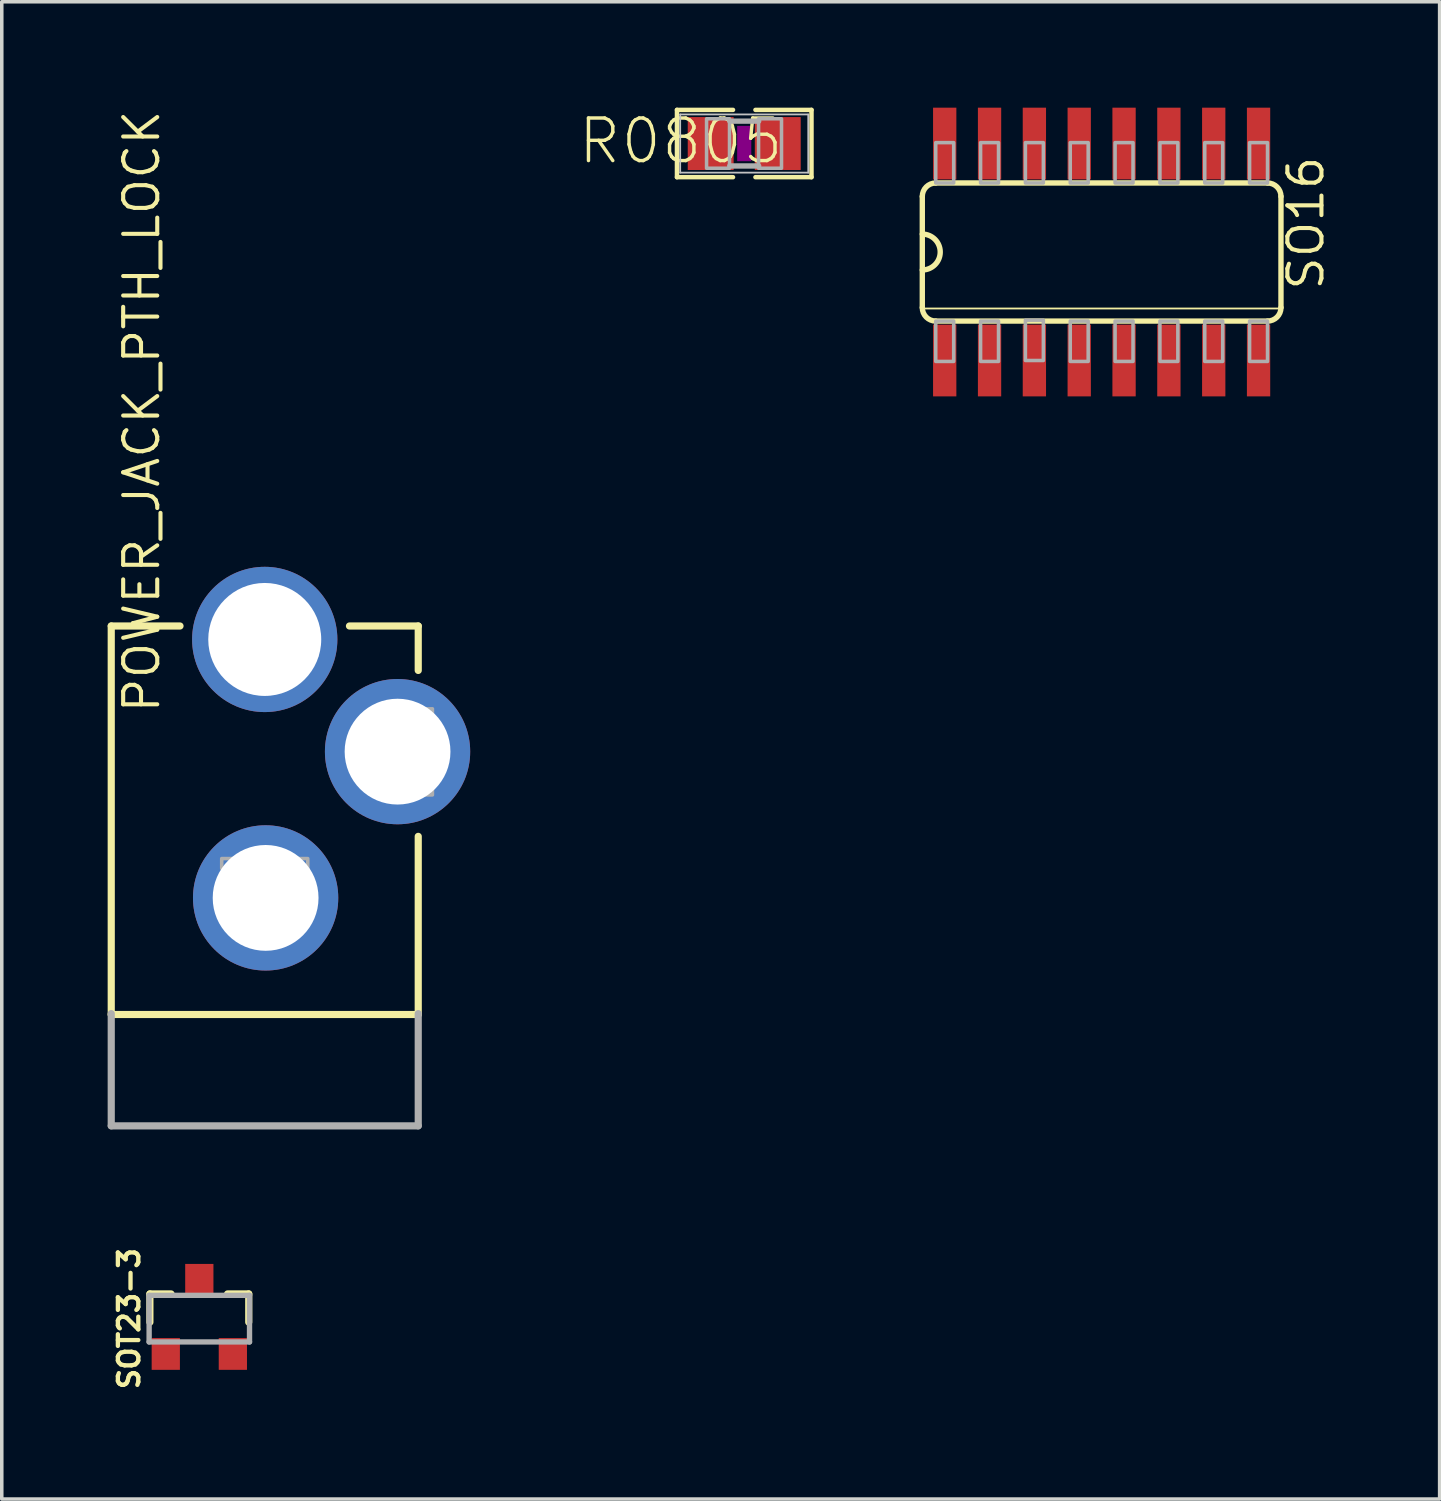
<source format=kicad_pcb>
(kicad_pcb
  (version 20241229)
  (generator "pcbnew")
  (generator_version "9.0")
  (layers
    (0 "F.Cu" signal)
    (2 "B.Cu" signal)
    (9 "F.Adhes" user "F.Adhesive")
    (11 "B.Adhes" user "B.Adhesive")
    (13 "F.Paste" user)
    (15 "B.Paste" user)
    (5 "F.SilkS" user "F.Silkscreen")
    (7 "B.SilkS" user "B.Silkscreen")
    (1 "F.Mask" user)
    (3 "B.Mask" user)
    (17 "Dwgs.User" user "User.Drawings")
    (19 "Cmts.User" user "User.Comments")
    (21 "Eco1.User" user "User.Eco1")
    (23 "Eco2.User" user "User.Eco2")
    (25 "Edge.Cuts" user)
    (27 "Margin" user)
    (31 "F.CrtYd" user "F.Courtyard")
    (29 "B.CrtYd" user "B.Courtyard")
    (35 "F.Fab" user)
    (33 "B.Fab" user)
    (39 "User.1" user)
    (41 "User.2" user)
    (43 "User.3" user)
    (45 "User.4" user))
  (footprint "SOT23-3"
    (layer "F.Cu")
    (at 2.596 34.302)
    (property "Reference" "SOT23-3" (at -1.651 0 90) (layer "F.SilkS") (effects (font (size 0.579 0.579) (thickness 0.122)) (justify bottom)))
    (attr through_hole)
    (fp_line (start -1.4 -0.7) (end -1.4 0.1) (stroke (width 0.203) (type solid)) (layer "F.SilkS"))
    (fp_line (start -0.8 -0.7) (end -1.4 -0.7) (stroke (width 0.203) (type solid)) (layer "F.SilkS"))
    (fp_line (start 0.8 -0.7) (end 1.4 -0.7) (stroke (width 0.203) (type solid)) (layer "F.SilkS"))
    (fp_line (start 1.4 -0.7) (end 1.4 0.1) (stroke (width 0.203) (type solid)) (layer "F.SilkS"))
    (fp_line (start -1.422 -0.66) (end 1.422 -0.66) (stroke (width 0.152) (type solid)) (layer "F.Fab"))
    (fp_line (start -1.422 0.66) (end -1.422 -0.66) (stroke (width 0.152) (type solid)) (layer "F.Fab"))
    (fp_line (start 1.422 -0.66) (end 1.422 0.66) (stroke (width 0.152) (type solid)) (layer "F.Fab"))
    (fp_line (start 1.422 0.66) (end -1.422 0.66) (stroke (width 0.152) (type solid)) (layer "F.Fab"))
    (pad "1" smd rect (at -0.95 1) (size 0.8 0.9) (layers "F.Cu" "F.Mask" "F.Paste"))
    (pad "2" smd rect (at 0.95 1) (size 0.8 0.9) (layers "F.Cu" "F.Mask" "F.Paste"))
    (pad "3" smd rect (at 0 -1.1) (size 0.8 0.9) (layers "F.Cu" "F.Mask" "F.Paste")))
  (footprint "POWER_JACK_PTH_LOCK"
    (layer "F.Cu")
    (at 4.449 28.941)
    (property "Reference" "POWER_JACK_PTH_LOCK" (at -2.921 -11.735 270) (layer "F.SilkS") (effects (font (size 0.965 0.965) (thickness 0.116)) (justify left bottom)))
    (attr through_hole)
    (fp_line (start -4.348 -14.259) (end -2.4 -14.259) (stroke (width 0.203) (type solid)) (layer "F.SilkS"))
    (fp_line (start -4.348 -3.254) (end -4.348 -14.259) (stroke (width 0.203) (type solid)) (layer "F.SilkS"))
    (fp_line (start -4.348 -3.254) (end 4.348 -3.254) (stroke (width 0.203) (type solid)) (layer "F.SilkS"))
    (fp_line (start 4.348 -14.259) (end 2.4 -14.259) (stroke (width 0.203) (type solid)) (layer "F.SilkS"))
    (fp_line (start 4.348 -14.259) (end 4.348 -13) (stroke (width 0.203) (type solid)) (layer "F.SilkS"))
    (fp_line (start 4.348 -3.254) (end 4.348 -8.3) (stroke (width 0.203) (type solid)) (layer "F.SilkS"))
    (fp_line (start -4.348 -3.279) (end -4.348 -0.1) (stroke (width 0.203) (type solid)) (layer "F.Fab"))
    (fp_line (start 4.348 -0.1) (end -4.348 -0.1) (stroke (width 0.203) (type solid)) (layer "F.Fab"))
    (fp_line (start 4.348 -0.1) (end 4.348 -3.279) (stroke (width 0.203) (type solid)) (layer "F.Fab"))
    (fp_poly (pts (xy 1.219 -7.391) (xy 1.219 -7.671) (xy -1.219 -7.671) (xy -1.219 -7.391)) (stroke (width 0.1) (type solid)) (fill no) (layer "F.Fab"))
    (fp_poly (pts (xy 1.473 -13.411) (xy 1.473 -13.868) (xy -1.448 -13.868) (xy -1.448 -13.411)) (stroke (width 0.1) (type solid)) (fill no) (layer "F.Fab"))
    (fp_poly (pts (xy 4.75 -11.913) (xy 4.47 -11.913) (xy 4.47 -9.474) (xy 4.75 -9.474)) (stroke (width 0.1) (type solid)) (fill no) (layer "F.Fab"))
    (pad "GND" thru_hole circle (at 0.025 -6.557) (size 4.115 4.115) (drill 2.997) (layers "*.Cu" "*.Mask"))
    (pad "GNDBREAK" thru_hole circle (at 3.762 -10.7 90) (size 4.115 4.115) (drill 2.997) (layers "*.Cu" "*.Mask"))
    (pad "PWR" thru_hole circle (at 0 -13.878) (size 4.115 4.115) (drill 3.2) (layers "*.Cu" "*.Mask")))
  (footprint "R0805"
    (layer "F.Cu")
    (at 18.031 1.016)
    (property "Reference" "R0805" (at -4.763 0.635 180) (layer "F.SilkS") (effects (font (size 1.206 1.206) (thickness 0.097)) (justify left bottom)))
    (attr through_hole)
    (fp_line (start -1.905 -0.953) (end -1.905 0.953) (stroke (width 0.127) (type solid)) (layer "F.SilkS"))
    (fp_line (start -1.905 0.953) (end -0.318 0.953) (stroke (width 0.127) (type solid)) (layer "F.SilkS"))
    (fp_line (start -0.318 -0.953) (end -1.905 -0.953) (stroke (width 0.127) (type solid)) (layer "F.SilkS"))
    (fp_line (start 0.318 0.953) (end 1.905 0.953) (stroke (width 0.127) (type solid)) (layer "F.SilkS"))
    (fp_line (start 1.905 -0.953) (end 0.318 -0.953) (stroke (width 0.127) (type solid)) (layer "F.SilkS"))
    (fp_line (start 1.905 0.953) (end 1.905 -0.953) (stroke (width 0.127) (type solid)) (layer "F.SilkS"))
    (fp_poly (pts (xy -0.2 0.5) (xy 0.2 0.5) (xy 0.2 -0.5) (xy -0.2 -0.5)) (stroke (width 0) (type solid)) (fill yes) (layer "F.Adhes"))
    (fp_line (start -1.814 -0.824) (end 1.814 -0.824) (stroke (width 0.051) (type solid)) (layer "Dwgs.User"))
    (fp_line (start -1.814 0.824) (end -1.814 -0.824) (stroke (width 0.051) (type solid)) (layer "Dwgs.User"))
    (fp_line (start 1.814 -0.824) (end 1.814 0.824) (stroke (width 0.051) (type solid)) (layer "Dwgs.User"))
    (fp_line (start 1.814 0.824) (end -1.814 0.824) (stroke (width 0.051) (type solid)) (layer "Dwgs.User"))
    (fp_line (start -0.41 -0.635) (end 0.41 -0.635) (stroke (width 0.152) (type solid)) (layer "F.Fab"))
    (fp_line (start -0.41 0.635) (end 0.41 0.635) (stroke (width 0.152) (type solid)) (layer "F.Fab"))
    (fp_poly (pts (xy -1.067 0.699) (xy -0.417 0.699) (xy -0.417 -0.702) (xy -1.067 -0.702)) (stroke (width 0.1) (type solid)) (fill no) (layer "F.Fab"))
    (fp_poly (pts (xy 0.406 0.699) (xy 1.056 0.699) (xy 1.056 -0.702) (xy 0.406 -0.702)) (stroke (width 0.1) (type solid)) (fill no) (layer "F.Fab"))
    (pad "1" smd rect (at -0.95 0) (size 1.3 1.5) (layers "F.Cu" "F.Mask" "F.Paste"))
    (pad "2" smd rect (at 0.95 0) (size 1.3 1.5) (layers "F.Cu" "F.Mask" "F.Paste")))
  (footprint "SO16"
    (layer "F.Cu")
    (at 28.155 4.089)
    (property "Reference" "SO16" (at 6.35 1.143 270) (layer "F.SilkS") (effects (font (size 0.965 0.965) (thickness 0.116)) (justify left bottom)))
    (attr through_hole)
    (fp_line (start -5.08 -1.575) (end -5.08 1.575) (stroke (width 0.152) (type solid)) (layer "F.SilkS"))
    (fp_line (start -5.08 1.6) (end 5.08 1.6) (stroke (width 0.051) (type solid)) (layer "F.SilkS"))
    (fp_line (start -4.699 1.956) (end 4.699 1.956) (stroke (width 0.152) (type solid)) (layer "F.SilkS"))
    (fp_line (start 4.699 -1.956) (end -4.699 -1.956) (stroke (width 0.152) (type solid)) (layer "F.SilkS"))
    (fp_line (start 5.08 1.575) (end 5.08 -1.575) (stroke (width 0.152) (type solid)) (layer "F.SilkS"))
    (fp_arc (start -5.08 -1.5748) (mid -4.968408 -1.844208) (end -4.699 -1.9558) (stroke (width 0.1524) (type solid)) (layer "F.SilkS"))
    (fp_arc (start -5.08 -0.508) (mid -4.572 0) (end -5.08 0.508) (stroke (width 0.1524) (type solid)) (layer "F.SilkS"))
    (fp_arc (start -4.699 1.9558) (mid -4.968408 1.844208) (end -5.08 1.5748) (stroke (width 0.1524) (type solid)) (layer "F.SilkS"))
    (fp_arc (start 4.699 -1.9558) (mid 4.968408 -1.844208) (end 5.08 -1.5748) (stroke (width 0.1524) (type solid)) (layer "F.SilkS"))
    (fp_arc (start 5.08 1.5748) (mid 4.968408 1.844208) (end 4.699 1.9558) (stroke (width 0.1524) (type solid)) (layer "F.SilkS"))
    (fp_poly (pts (xy -4.699 -1.956) (xy -4.191 -1.956) (xy -4.191 -3.099) (xy -4.699 -3.099)) (stroke (width 0.1) (type solid)) (fill no) (layer "F.Fab"))
    (fp_poly (pts (xy -4.699 3.099) (xy -4.191 3.099) (xy -4.191 1.956) (xy -4.699 1.956)) (stroke (width 0.1) (type solid)) (fill no) (layer "F.Fab"))
    (fp_poly (pts (xy -3.429 -1.956) (xy -2.921 -1.956) (xy -2.921 -3.099) (xy -3.429 -3.099)) (stroke (width 0.1) (type solid)) (fill no) (layer "F.Fab"))
    (fp_poly (pts (xy -3.429 3.099) (xy -2.921 3.099) (xy -2.921 1.956) (xy -3.429 1.956)) (stroke (width 0.1) (type solid)) (fill no) (layer "F.Fab"))
    (fp_poly (pts (xy -2.159 -1.956) (xy -1.651 -1.956) (xy -1.651 -3.099) (xy -2.159 -3.099)) (stroke (width 0.1) (type solid)) (fill no) (layer "F.Fab"))
    (fp_poly (pts (xy -2.159 3.073) (xy -1.651 3.073) (xy -1.651 1.93) (xy -2.159 1.93)) (stroke (width 0.1) (type solid)) (fill no) (layer "F.Fab"))
    (fp_poly (pts (xy -0.889 -1.956) (xy -0.381 -1.956) (xy -0.381 -3.099) (xy -0.889 -3.099)) (stroke (width 0.1) (type solid)) (fill no) (layer "F.Fab"))
    (fp_poly (pts (xy -0.889 3.099) (xy -0.381 3.099) (xy -0.381 1.956) (xy -0.889 1.956)) (stroke (width 0.1) (type solid)) (fill no) (layer "F.Fab"))
    (fp_poly (pts (xy 0.381 -1.956) (xy 0.889 -1.956) (xy 0.889 -3.099) (xy 0.381 -3.099)) (stroke (width 0.1) (type solid)) (fill no) (layer "F.Fab"))
    (fp_poly (pts (xy 0.381 3.099) (xy 0.889 3.099) (xy 0.889 1.956) (xy 0.381 1.956)) (stroke (width 0.1) (type solid)) (fill no) (layer "F.Fab"))
    (fp_poly (pts (xy 1.651 -1.956) (xy 2.159 -1.956) (xy 2.159 -3.099) (xy 1.651 -3.099)) (stroke (width 0.1) (type solid)) (fill no) (layer "F.Fab"))
    (fp_poly (pts (xy 1.651 3.099) (xy 2.159 3.099) (xy 2.159 1.956) (xy 1.651 1.956)) (stroke (width 0.1) (type solid)) (fill no) (layer "F.Fab"))
    (fp_poly (pts (xy 2.921 -1.956) (xy 3.429 -1.956) (xy 3.429 -3.099) (xy 2.921 -3.099)) (stroke (width 0.1) (type solid)) (fill no) (layer "F.Fab"))
    (fp_poly (pts (xy 2.921 3.099) (xy 3.429 3.099) (xy 3.429 1.956) (xy 2.921 1.956)) (stroke (width 0.1) (type solid)) (fill no) (layer "F.Fab"))
    (fp_poly (pts (xy 4.191 -1.956) (xy 4.699 -1.956) (xy 4.699 -3.099) (xy 4.191 -3.099)) (stroke (width 0.1) (type solid)) (fill no) (layer "F.Fab"))
    (fp_poly (pts (xy 4.191 3.099) (xy 4.699 3.099) (xy 4.699 1.956) (xy 4.191 1.956)) (stroke (width 0.1) (type solid)) (fill no) (layer "F.Fab"))
    (pad "1" smd rect (at -4.445 3.073) (size 0.66 2.032) (layers "F.Cu" "F.Mask" "F.Paste"))
    (pad "2" smd rect (at -3.175 3.073) (size 0.66 2.032) (layers "F.Cu" "F.Mask" "F.Paste"))
    (pad "3" smd rect (at -1.905 3.073) (size 0.66 2.032) (layers "F.Cu" "F.Mask" "F.Paste"))
    (pad "4" smd rect (at -0.635 3.073) (size 0.66 2.032) (layers "F.Cu" "F.Mask" "F.Paste"))
    (pad "5" smd rect (at 0.635 3.073) (size 0.66 2.032) (layers "F.Cu" "F.Mask" "F.Paste"))
    (pad "6" smd rect (at 1.905 3.073) (size 0.66 2.032) (layers "F.Cu" "F.Mask" "F.Paste"))
    (pad "7" smd rect (at 3.175 3.073) (size 0.66 2.032) (layers "F.Cu" "F.Mask" "F.Paste"))
    (pad "8" smd rect (at 4.445 3.073) (size 0.66 2.032) (layers "F.Cu" "F.Mask" "F.Paste"))
    (pad "9" smd rect (at 4.445 -3.073) (size 0.66 2.032) (layers "F.Cu" "F.Mask" "F.Paste"))
    (pad "10" smd rect (at 3.175 -3.073) (size 0.66 2.032) (layers "F.Cu" "F.Mask" "F.Paste"))
    (pad "11" smd rect (at 1.905 -3.073) (size 0.66 2.032) (layers "F.Cu" "F.Mask" "F.Paste"))
    (pad "12" smd rect (at 0.635 -3.073) (size 0.66 2.032) (layers "F.Cu" "F.Mask" "F.Paste"))
    (pad "13" smd rect (at -0.635 -3.073) (size 0.66 2.032) (layers "F.Cu" "F.Mask" "F.Paste"))
    (pad "14" smd rect (at -1.905 -3.073) (size 0.66 2.032) (layers "F.Cu" "F.Mask" "F.Paste"))
    (pad "15" smd rect (at -3.175 -3.073) (size 0.66 2.032) (layers "F.Cu" "F.Mask" "F.Paste"))
    (pad "16" smd rect (at -4.445 -3.073) (size 0.66 2.032) (layers "F.Cu" "F.Mask" "F.Paste")))
  (gr_rect
    (start -3 -3)
    (end 37.729 39.412)
    (stroke (width 0.1) (type default))
    (fill no)
    (layer "Edge.Cuts")))
</source>
